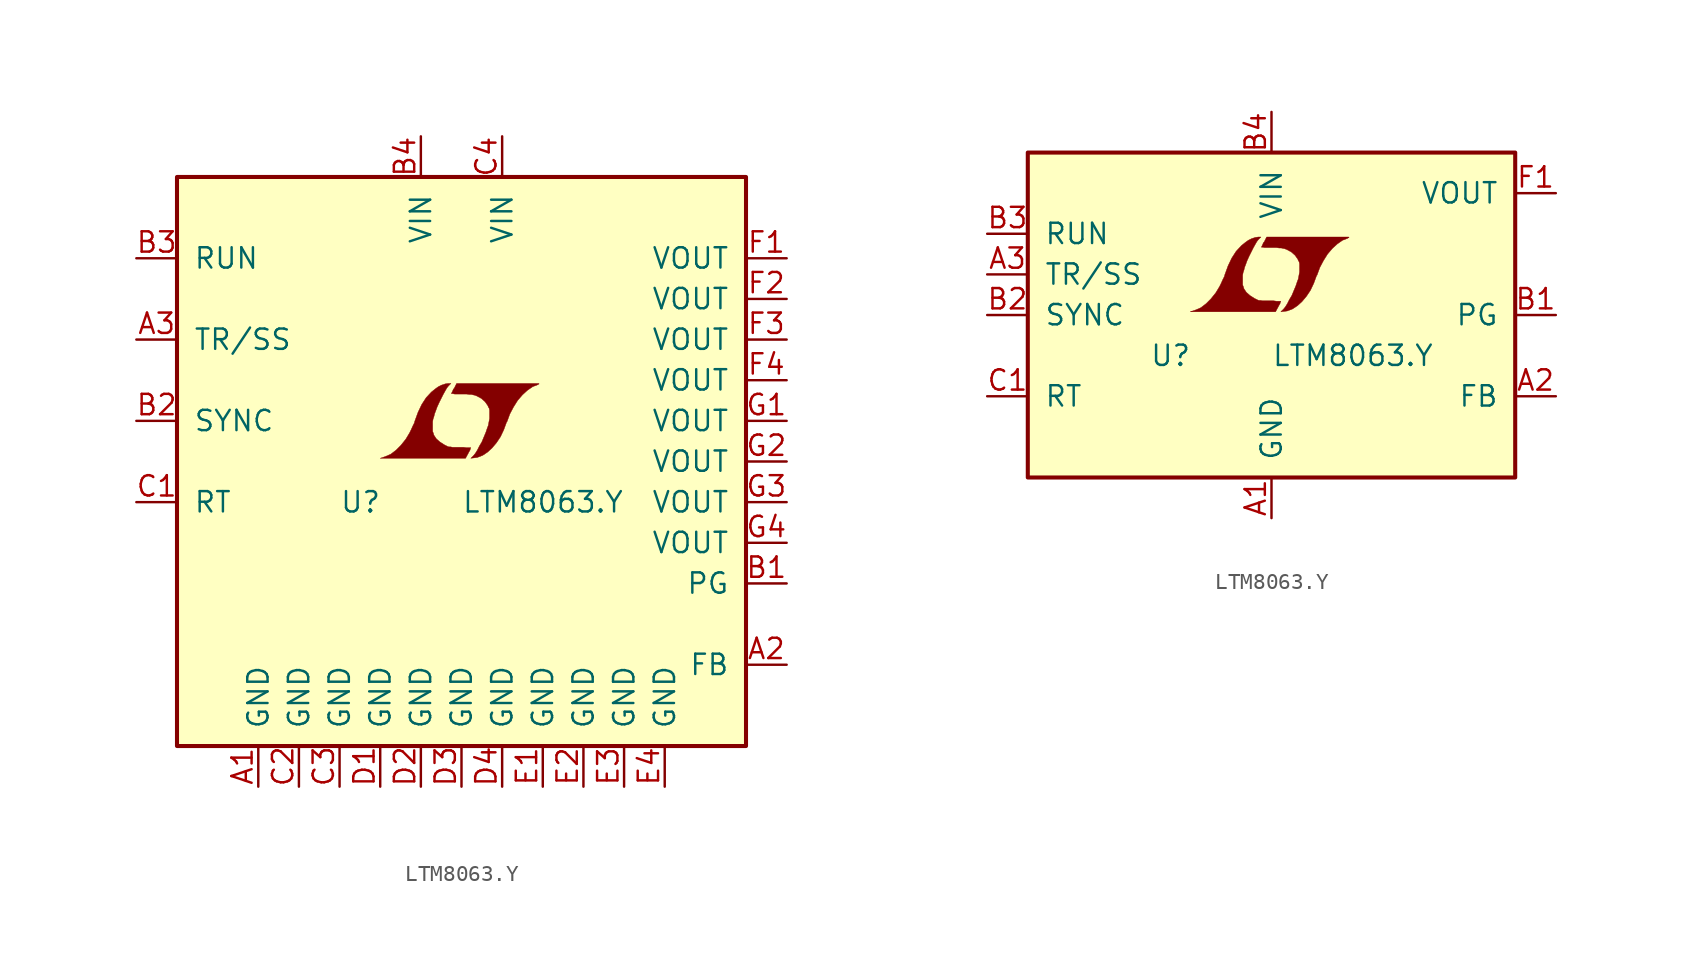
<source format=kicad_sym>
(kicad_symbol_lib
  (version 20201005)
  (generator kicad_symbol_editor)
  (symbol "LTM8063.Y"
    (pin_names
      (offset 1.016))
    (property "Reference" "U"
      (at -7.62 -2.54 0)
      (effects (font (size 1.27 1.27)) (justify left)))
    (property "Value" "LTM8063.Y"
      (at 0 -2.54 0)
      (effects (font (size 1.27 1.27)) (justify left)))
    (symbol "LTM8063.Y_0_0"
      (polyline (pts (xy 0.432 0.533) (xy 0.457 0.584) (xy 0.533 0.711) (xy 0.559 0.813) (xy 0.584 0.864) (xy 0.305 0.864) (xy 0.127 0.889) (xy -0.559 0.889) (xy -0.686 0.914) (xy -0.787 0.914) (xy -0.864 0.94) (xy -1.067 1.041) (xy -1.346 1.219) (xy -1.575 1.422) (xy -1.727 1.651) (xy -1.753 1.753) (xy -1.803 1.88) (xy -1.803 2.489) (xy -1.778 2.642) (xy -1.727 2.794) (xy -1.676 2.997) (xy -1.626 3.124) (xy -1.524 3.404) (xy -1.397 3.683) (xy -1.143 4.191) (xy -1.016 4.42) (xy -0.914 4.597) (xy -0.813 4.724) (xy -0.66 4.877) (xy -0.838 4.877) (xy -1.016 4.851) (xy -1.245 4.775) (xy -1.448 4.674) (xy -1.626 4.547) (xy -1.88 4.343) (xy -2.21 3.988) (xy -2.489 3.556) (xy -2.718 3.073) (xy -2.921 2.515) (xy -2.946 2.413) (xy -3.048 2.21) (xy -3.15 1.981) (xy -3.251 1.778) (xy -3.48 1.397) (xy -3.785 1.016) (xy -4.089 0.711) (xy -4.42 0.457) (xy -4.775 0.305) (xy -5.08 0.203) (xy 0.254 0.203) (xy 0.432 0.533)) (stroke (width 0.025)) (fill (type outline)))
      (polyline (pts (xy 0.813 0.229) (xy 0.991 0.254) (xy 1.321 0.381) (xy 1.626 0.584) (xy 1.905 0.838) (xy 2.184 1.168) (xy 2.438 1.549) (xy 2.642 1.981) (xy 2.819 2.464) (xy 2.845 2.489) (xy 3.023 2.972) (xy 3.251 3.404) (xy 3.505 3.81) (xy 3.81 4.166) (xy 4.115 4.445) (xy 4.445 4.674) (xy 4.775 4.801) (xy 4.775 4.826) (xy 4.826 4.826) (xy 4.851 4.851) (xy 4.826 4.877) (xy -0.305 4.877) (xy -0.457 4.572) (xy -0.508 4.521) (xy -0.559 4.394) (xy -0.635 4.242) (xy -0.559 4.242) (xy -0.432 4.216) (xy 0.305 4.216) (xy 0.483 4.191) (xy 0.61 4.191) (xy 0.711 4.166) (xy 0.838 4.14) (xy 0.965 4.089) (xy 1.245 3.937) (xy 1.473 3.734) (xy 1.651 3.48) (xy 1.676 3.404) (xy 1.727 3.327) (xy 1.753 3.2) (xy 1.753 2.692) (xy 1.727 2.54) (xy 1.702 2.413) (xy 1.676 2.261) (xy 1.6 2.057) (xy 1.524 1.829) (xy 1.27 1.219) (xy 1.118 0.965) (xy 0.991 0.711) (xy 0.864 0.508) (xy 0.762 0.381) (xy 0.584 0.203) (xy 0.813 0.229)) (stroke (width 0.025)) (fill (type outline))))
    (symbol "LTM8063.Y_0_1"
      (rectangle (start -17.78 17.78) (end 17.78 -17.78) (stroke (width 0.254)) (fill (type background))))
    (symbol "LTM8063.Y_0_2"
      (rectangle (start -15.24 10.16) (end 15.24 -10.16) (stroke (width 0.254)) (fill (type background))))
    (symbol "LTM8063.Y_1_1"
      (pin power_in line (at -12.7 -20.32 90) (length 2.54) (name "GND" (effects (font (size 1.27 1.27)))) (number "A1" (effects (font (size 1.27 1.27)))))
      (pin passive line (at 20.32 -12.7 180) (length 2.54) (name "FB" (effects (font (size 1.27 1.27)))) (number "A2" (effects (font (size 1.27 1.27)))))
      (pin passive line (at -20.32 7.62 0) (length 2.54) (name "TR/SS" (effects (font (size 1.27 1.27)))) (number "A3" (effects (font (size 1.27 1.27)))))
      (pin open_collector line (at 20.32 -7.62 180) (length 2.54) (name "PG" (effects (font (size 1.27 1.27)))) (number "B1" (effects (font (size 1.27 1.27)))))
      (pin input line (at -20.32 2.54 0) (length 2.54) (name "SYNC" (effects (font (size 1.27 1.27)))) (number "B2" (effects (font (size 1.27 1.27)))))
      (pin input line (at -20.32 12.7 0) (length 2.54) (name "RUN" (effects (font (size 1.27 1.27)))) (number "B3" (effects (font (size 1.27 1.27)))))
      (pin power_in line (at -2.54 20.32 270) (length 2.54) (name "VIN" (effects (font (size 1.27 1.27)))) (number "B4" (effects (font (size 1.27 1.27)))))
      (pin passive line (at -20.32 -2.54 0) (length 2.54) (name "RT" (effects (font (size 1.27 1.27)))) (number "C1" (effects (font (size 1.27 1.27)))))
      (pin power_in line (at -10.16 -20.32 90) (length 2.54) (name "GND" (effects (font (size 1.27 1.27)))) (number "C2" (effects (font (size 1.27 1.27)))))
      (pin power_in line (at -7.62 -20.32 90) (length 2.54) (name "GND" (effects (font (size 1.27 1.27)))) (number "C3" (effects (font (size 1.27 1.27)))))
      (pin power_in line (at 2.54 20.32 270) (length 2.54) (name "VIN" (effects (font (size 1.27 1.27)))) (number "C4" (effects (font (size 1.27 1.27)))))
      (pin power_in line (at -5.08 -20.32 90) (length 2.54) (name "GND" (effects (font (size 1.27 1.27)))) (number "D1" (effects (font (size 1.27 1.27)))))
      (pin power_in line (at -2.54 -20.32 90) (length 2.54) (name "GND" (effects (font (size 1.27 1.27)))) (number "D2" (effects (font (size 1.27 1.27)))))
      (pin power_in line (at 0 -20.32 90) (length 2.54) (name "GND" (effects (font (size 1.27 1.27)))) (number "D3" (effects (font (size 1.27 1.27)))))
      (pin power_in line (at 2.54 -20.32 90) (length 2.54) (name "GND" (effects (font (size 1.27 1.27)))) (number "D4" (effects (font (size 1.27 1.27)))))
      (pin power_in line (at 5.08 -20.32 90) (length 2.54) (name "GND" (effects (font (size 1.27 1.27)))) (number "E1" (effects (font (size 1.27 1.27)))))
      (pin power_in line (at 7.62 -20.32 90) (length 2.54) (name "GND" (effects (font (size 1.27 1.27)))) (number "E2" (effects (font (size 1.27 1.27)))))
      (pin power_in line (at 10.16 -20.32 90) (length 2.54) (name "GND" (effects (font (size 1.27 1.27)))) (number "E3" (effects (font (size 1.27 1.27)))))
      (pin power_in line (at 12.7 -20.32 90) (length 2.54) (name "GND" (effects (font (size 1.27 1.27)))) (number "E4" (effects (font (size 1.27 1.27)))))
      (pin power_out line (at 20.32 12.7 180) (length 2.54) (name "VOUT" (effects (font (size 1.27 1.27)))) (number "F1" (effects (font (size 1.27 1.27)))))
      (pin passive line (at 20.32 10.16 180) (length 2.54) (name "VOUT" (effects (font (size 1.27 1.27)))) (number "F2" (effects (font (size 1.27 1.27)))))
      (pin passive line (at 20.32 7.62 180) (length 2.54) (name "VOUT" (effects (font (size 1.27 1.27)))) (number "F3" (effects (font (size 1.27 1.27)))))
      (pin passive line (at 20.32 5.08 180) (length 2.54) (name "VOUT" (effects (font (size 1.27 1.27)))) (number "F4" (effects (font (size 1.27 1.27)))))
      (pin passive line (at 20.32 2.54 180) (length 2.54) (name "VOUT" (effects (font (size 1.27 1.27)))) (number "G1" (effects (font (size 1.27 1.27)))))
      (pin passive line (at 20.32 0 180) (length 2.54) (name "VOUT" (effects (font (size 1.27 1.27)))) (number "G2" (effects (font (size 1.27 1.27)))))
      (pin passive line (at 20.32 -2.54 180) (length 2.54) (name "VOUT" (effects (font (size 1.27 1.27)))) (number "G3" (effects (font (size 1.27 1.27)))))
      (pin passive line (at 20.32 -5.08 180) (length 2.54) (name "VOUT" (effects (font (size 1.27 1.27)))) (number "G4" (effects (font (size 1.27 1.27))))))
    (symbol "LTM8063.Y_1_2"
      (pin power_in line (at 0 -12.7 90) (length 2.54) (name "GND" (effects (font (size 1.27 1.27)))) (number "A1" (effects (font (size 1.27 1.27)))))
      (pin passive line (at 17.78 -5.08 180) (length 2.54) (name "FB" (effects (font (size 1.27 1.27)))) (number "A2" (effects (font (size 1.27 1.27)))))
      (pin passive line (at -17.78 2.54 0) (length 2.54) (name "TR/SS" (effects (font (size 1.27 1.27)))) (number "A3" (effects (font (size 1.27 1.27)))))
      (pin open_collector line (at 17.78 0 180) (length 2.54) (name "PG" (effects (font (size 1.27 1.27)))) (number "B1" (effects (font (size 1.27 1.27)))))
      (pin input line (at -17.78 0 0) (length 2.54) (name "SYNC" (effects (font (size 1.27 1.27)))) (number "B2" (effects (font (size 1.27 1.27)))))
      (pin input line (at -17.78 5.08 0) (length 2.54) (name "RUN" (effects (font (size 1.27 1.27)))) (number "B3" (effects (font (size 1.27 1.27)))))
      (pin power_in line (at 0 12.7 270) (length 2.54) (name "VIN" (effects (font (size 1.27 1.27)))) (number "B4" (effects (font (size 1.27 1.27)))))
      (pin passive line (at -17.78 -5.08 0) (length 2.54) (name "RT" (effects (font (size 1.27 1.27)))) (number "C1" (effects (font (size 1.27 1.27)))))
      (pin passive line (at 0 -12.7 90) (length 2.54) hide (name "GND" (effects (font (size 1.27 1.27)))) (number "C2" (effects (font (size 1.27 1.27)))))
      (pin passive line (at 0 -12.7 90) (length 2.54) hide (name "GND" (effects (font (size 1.27 1.27)))) (number "C3" (effects (font (size 1.27 1.27)))))
      (pin passive line (at 0 12.7 270) (length 2.54) hide (name "VIN" (effects (font (size 1.27 1.27)))) (number "C4" (effects (font (size 1.27 1.27)))))
      (pin passive line (at 0 -12.7 90) (length 2.54) hide (name "GND" (effects (font (size 1.27 1.27)))) (number "D1" (effects (font (size 1.27 1.27)))))
      (pin passive line (at 0 -12.7 90) (length 2.54) hide (name "GND" (effects (font (size 1.27 1.27)))) (number "D2" (effects (font (size 1.27 1.27)))))
      (pin passive line (at 0 -12.7 90) (length 2.54) hide (name "GND" (effects (font (size 1.27 1.27)))) (number "D3" (effects (font (size 1.27 1.27)))))
      (pin passive line (at 0 -12.7 90) (length 2.54) hide (name "GND" (effects (font (size 1.27 1.27)))) (number "D4" (effects (font (size 1.27 1.27)))))
      (pin passive line (at 0 -12.7 90) (length 2.54) hide (name "GND" (effects (font (size 1.27 1.27)))) (number "E1" (effects (font (size 1.27 1.27)))))
      (pin passive line (at 0 -12.7 90) (length 2.54) hide (name "GND" (effects (font (size 1.27 1.27)))) (number "E2" (effects (font (size 1.27 1.27)))))
      (pin passive line (at 0 -12.7 90) (length 2.54) hide (name "GND" (effects (font (size 1.27 1.27)))) (number "E3" (effects (font (size 1.27 1.27)))))
      (pin passive line (at 0 -12.7 90) (length 2.54) hide (name "GND" (effects (font (size 1.27 1.27)))) (number "E4" (effects (font (size 1.27 1.27)))))
      (pin power_out line (at 17.78 7.62 180) (length 2.54) (name "VOUT" (effects (font (size 1.27 1.27)))) (number "F1" (effects (font (size 1.27 1.27)))))
      (pin passive line (at 17.78 7.62 180) (length 2.54) hide (name "VOUT" (effects (font (size 1.27 1.27)))) (number "F2" (effects (font (size 1.27 1.27)))))
      (pin passive line (at 17.78 7.62 180) (length 2.54) hide (name "VOUT" (effects (font (size 1.27 1.27)))) (number "F3" (effects (font (size 1.27 1.27)))))
      (pin passive line (at 17.78 7.62 180) (length 2.54) hide (name "VOUT" (effects (font (size 1.27 1.27)))) (number "F4" (effects (font (size 1.27 1.27)))))
      (pin passive line (at 17.78 7.62 180) (length 2.54) hide (name "VOUT" (effects (font (size 1.27 1.27)))) (number "G1" (effects (font (size 1.27 1.27)))))
      (pin passive line (at 17.78 7.62 180) (length 2.54) hide (name "VOUT" (effects (font (size 1.27 1.27)))) (number "G2" (effects (font (size 1.27 1.27)))))
      (pin passive line (at 17.78 7.62 180) (length 2.54) hide (name "VOUT" (effects (font (size 1.27 1.27)))) (number "G3" (effects (font (size 1.27 1.27)))))
      (pin passive line (at 17.78 7.62 180) (length 2.54) hide (name "VOUT" (effects (font (size 1.27 1.27)))) (number "G4" (effects (font (size 1.27 1.27))))))))
</source>
